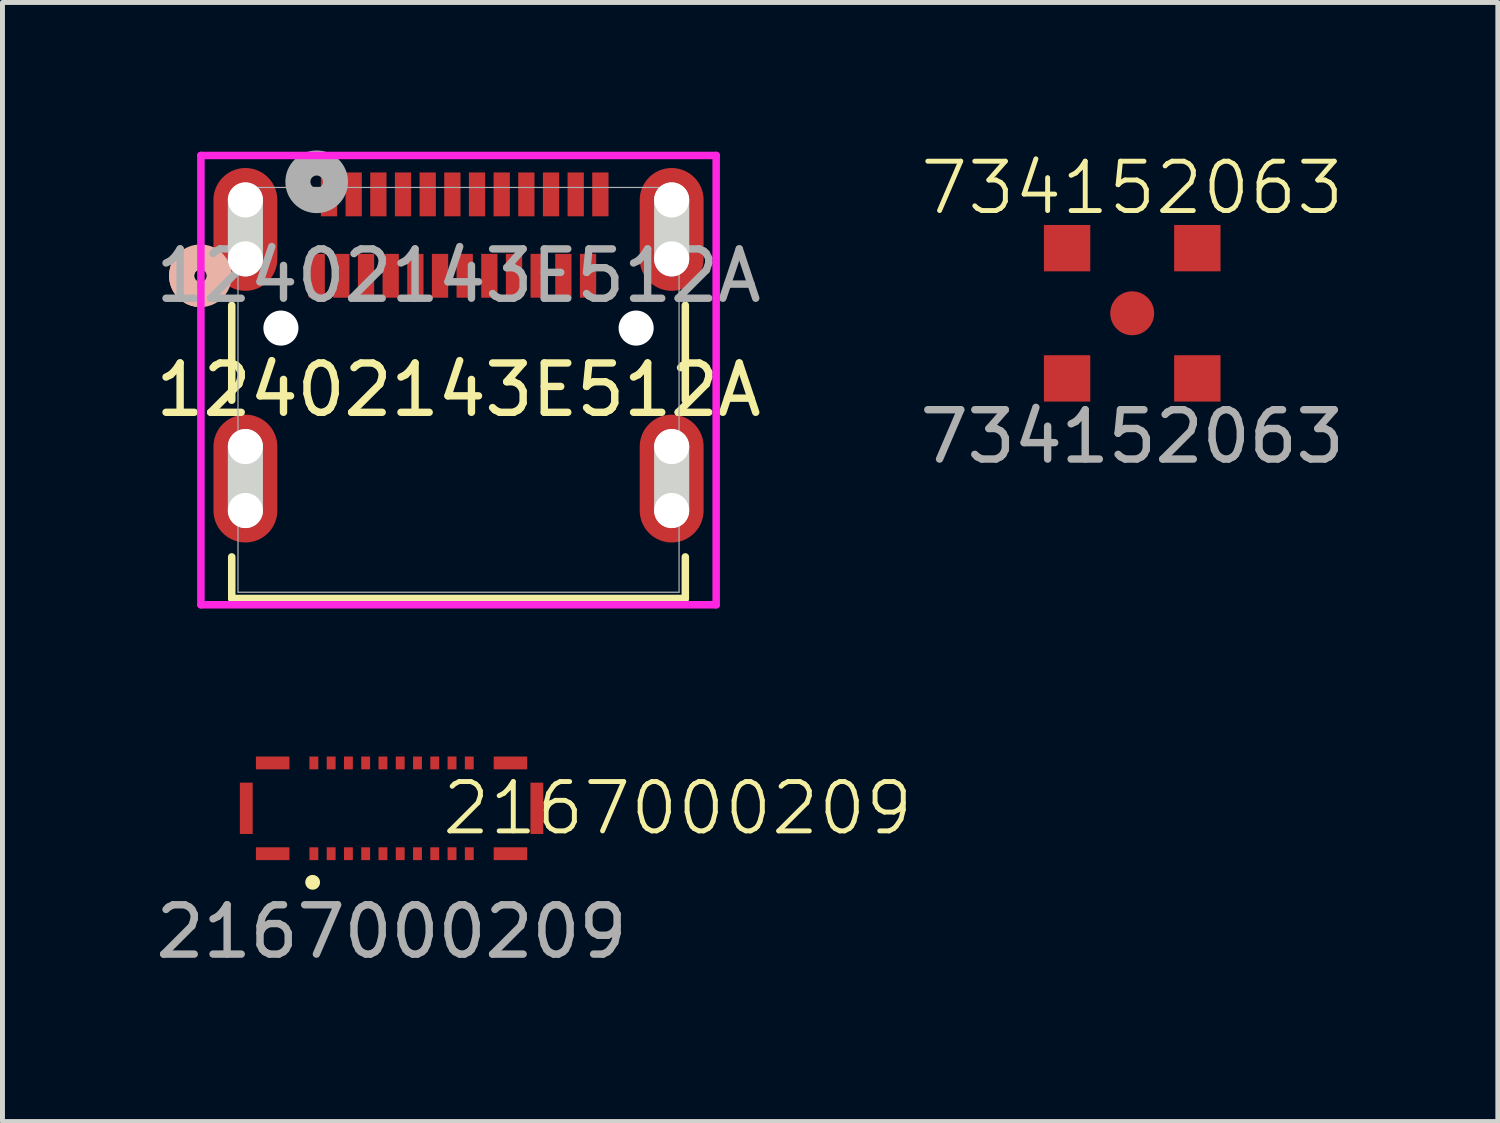
<source format=kicad_pcb>
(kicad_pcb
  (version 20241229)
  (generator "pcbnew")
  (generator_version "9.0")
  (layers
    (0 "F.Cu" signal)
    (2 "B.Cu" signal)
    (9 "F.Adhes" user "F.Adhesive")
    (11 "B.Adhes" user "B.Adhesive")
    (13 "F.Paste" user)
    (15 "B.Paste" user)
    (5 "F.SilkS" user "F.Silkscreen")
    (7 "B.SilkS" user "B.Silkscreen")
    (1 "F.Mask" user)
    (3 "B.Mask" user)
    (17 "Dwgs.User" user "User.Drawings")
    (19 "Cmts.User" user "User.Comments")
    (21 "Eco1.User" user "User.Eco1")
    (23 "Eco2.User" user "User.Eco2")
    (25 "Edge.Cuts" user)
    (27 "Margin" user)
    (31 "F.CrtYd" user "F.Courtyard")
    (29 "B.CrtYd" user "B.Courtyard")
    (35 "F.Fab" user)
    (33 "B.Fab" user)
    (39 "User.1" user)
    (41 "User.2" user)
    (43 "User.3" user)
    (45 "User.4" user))
  (footprint "734152063"
    (layer "F.Cu")
    (at 19.899 3.3)
    (property "Reference" "734152063" (at 0 -2.54 0) (unlocked yes) (layer "F.SilkS") (effects (font (size 1 1) (thickness 0.1))))
    (attr smd)
    (fp_text user "${REFERENCE}" (at 0 2.5 0) (unlocked yes) (layer "F.Fab") (effects (font (size 1 1) (thickness 0.15))))
    (pad "1" smd circle (at 0 0) (size 0.89 0.89) (layers "F.Cu" "F.Mask" "F.Paste"))
    (pad "2" smd rect (at -1.32 -1.32) (size 0.94 0.94) (layers "F.Cu" "F.Mask" "F.Paste"))
    (pad "2" smd rect (at -1.32 1.32) (size 0.94 0.94) (layers "F.Cu" "F.Mask" "F.Paste"))
    (pad "2" smd rect (at 1.32 -1.32) (size 0.94 0.94) (layers "F.Cu" "F.Mask" "F.Paste"))
    (pad "2" smd rect (at 1.32 1.32) (size 0.94 0.94) (layers "F.Cu" "F.Mask" "F.Paste")))
  (footprint "12402143E512A"
    (layer "F.Cu")
    (at 6.244 4.852)
    (property "Reference" "12402143E512A" (at 0 0 0) (unlocked yes) (layer "F.SilkS") (effects (font (size 1 1) (thickness 0.15))))
    (attr smd)
    (fp_line (start -4.597 -1.715) (end -4.597 0.21) (stroke (width 0.152) (type solid)) (layer "F.SilkS"))
    (fp_line (start -4.597 3.386) (end -4.597 4.229) (stroke (width 0.152) (type solid)) (layer "F.SilkS"))
    (fp_line (start -4.597 4.229) (end 4.597 4.229) (stroke (width 0.152) (type solid)) (layer "F.SilkS"))
    (fp_line (start -3.123 -4.229) (end -3.416 -4.229) (stroke (width 0.152) (type solid)) (layer "F.SilkS"))
    (fp_line (start 4.597 0.21) (end 4.597 -1.715) (stroke (width 0.152) (type solid)) (layer "F.SilkS"))
    (fp_line (start 4.597 4.229) (end 4.597 3.386) (stroke (width 0.152) (type solid)) (layer "F.SilkS"))
    (fp_arc (start -5.224065 -1.931191) (mid -5.589019 -2.177996) (end -5.477115 -2.60412) (stroke (width 0.508) (type solid)) (layer "F.SilkS"))
    (fp_circle (center -5.232 -2.312) (end -4.851 -2.312) (stroke (width 0.508) (type solid)) (fill no) (layer "B.SilkS"))
    (fp_line (start -4.32 -2.655) (end -4.32 -3.849) (stroke (width 0.711) (type solid)) (layer "Edge.Cuts"))
    (fp_line (start -4.32 2.446) (end -4.32 1.15) (stroke (width 0.711) (type solid)) (layer "Edge.Cuts"))
    (fp_line (start 4.32 -2.655) (end 4.32 -3.849) (stroke (width 0.711) (type solid)) (layer "Edge.Cuts"))
    (fp_line (start 4.32 2.446) (end 4.32 1.15) (stroke (width 0.711) (type solid)) (layer "Edge.Cuts"))
    (fp_line (start -5.222 -4.751) (end -5.222 4.356) (stroke (width 0.152) (type solid)) (layer "F.CrtYd"))
    (fp_line (start -5.222 4.356) (end 5.222 4.356) (stroke (width 0.152) (type solid)) (layer "F.CrtYd"))
    (fp_line (start 5.222 -4.751) (end -5.222 -4.751) (stroke (width 0.152) (type solid)) (layer "F.CrtYd"))
    (fp_line (start 5.222 4.356) (end 5.222 -4.751) (stroke (width 0.152) (type solid)) (layer "F.CrtYd"))
    (fp_line (start -4.47 -4.102) (end -4.47 4.102) (stroke (width 0.025) (type solid)) (layer "F.Fab"))
    (fp_line (start -4.47 4.102) (end 4.47 4.102) (stroke (width 0.025) (type solid)) (layer "F.Fab"))
    (fp_line (start 4.47 -4.102) (end -4.47 -4.102) (stroke (width 0.025) (type solid)) (layer "F.Fab"))
    (fp_line (start 4.47 4.102) (end 4.47 -4.102) (stroke (width 0.025) (type solid)) (layer "F.Fab"))
    (fp_circle (center -2.875 -4.217) (end -2.494 -4.217) (stroke (width 0.508) (type solid)) (fill no) (layer "F.Fab"))
    (fp_text user "${REFERENCE}" (at 0 -2.312 0) (unlocked yes) (layer "F.Fab") (effects (font (size 1 1) (thickness 0.15))))
    (pad "" np_thru_hole circle (at -4.32 -3.849) (size 0.711 0.711) (drill 0.711) (layers "*.Cu" "*.Mask"))
    (pad "" np_thru_hole circle (at -4.32 -2.655) (size 0.711 0.711) (drill 0.711) (layers "*.Cu" "*.Mask"))
    (pad "" np_thru_hole circle (at -4.32 1.15) (size 0.711 0.711) (drill 0.711) (layers "*.Cu" "*.Mask"))
    (pad "" np_thru_hole circle (at -4.32 2.446) (size 0.711 0.711) (drill 0.711) (layers "*.Cu" "*.Mask"))
    (pad "" np_thru_hole circle (at -3.6 -1.252) (size 0.711 0.711) (drill 0.711) (layers "*.Cu" "*.Mask"))
    (pad "" np_thru_hole circle (at 3.6 -1.252) (size 0.711 0.711) (drill 0.711) (layers "*.Cu" "*.Mask"))
    (pad "" np_thru_hole circle (at 4.32 -3.849) (size 0.711 0.711) (drill 0.711) (layers "*.Cu" "*.Mask"))
    (pad "" np_thru_hole circle (at 4.32 -2.655) (size 0.711 0.711) (drill 0.711) (layers "*.Cu" "*.Mask"))
    (pad "" np_thru_hole circle (at 4.32 1.15) (size 0.711 0.711) (drill 0.711) (layers "*.Cu" "*.Mask"))
    (pad "" np_thru_hole circle (at 4.32 2.446) (size 0.711 0.711) (drill 0.711) (layers "*.Cu" "*.Mask"))
    (pad "27" smd oval (at -4.32 -3.252) (size 1.295 2.489) (layers "F.Cu" "F.Mask" "F.Paste"))
    (pad "28" smd oval (at 4.32 -3.252) (size 1.295 2.489) (layers "F.Cu" "F.Mask" "F.Paste"))
    (pad "29" smd oval (at -4.32 1.798) (size 1.295 2.591) (layers "F.Cu" "F.Mask" "F.Paste"))
    (pad "30" smd oval (at 4.32 1.798) (size 1.295 2.591) (layers "F.Cu" "F.Mask" "F.Paste"))
    (pad "A1" smd rect (at -2.625 -3.962) (size 0.33 0.889) (layers "F.Cu" "F.Mask" "F.Paste"))
    (pad "A2" smd rect (at -2.125 -3.962) (size 0.33 0.889) (layers "F.Cu" "F.Mask" "F.Paste"))
    (pad "A3" smd rect (at -1.625 -3.962) (size 0.33 0.889) (layers "F.Cu" "F.Mask" "F.Paste"))
    (pad "A4" smd rect (at -1.125 -3.962) (size 0.33 0.889) (layers "F.Cu" "F.Mask" "F.Paste"))
    (pad "A5" smd rect (at -0.625 -3.962) (size 0.33 0.889) (layers "F.Cu" "F.Mask" "F.Paste"))
    (pad "A6" smd rect (at -0.125 -3.962) (size 0.33 0.889) (layers "F.Cu" "F.Mask" "F.Paste"))
    (pad "A7" smd rect (at 0.375 -3.962) (size 0.33 0.889) (layers "F.Cu" "F.Mask" "F.Paste"))
    (pad "A8" smd rect (at 0.875 -3.962) (size 0.33 0.889) (layers "F.Cu" "F.Mask" "F.Paste"))
    (pad "A9" smd rect (at 1.375 -3.962) (size 0.33 0.889) (layers "F.Cu" "F.Mask" "F.Paste"))
    (pad "A10" smd rect (at 1.875 -3.962) (size 0.33 0.889) (layers "F.Cu" "F.Mask" "F.Paste"))
    (pad "A11" smd rect (at 2.375 -3.962) (size 0.33 0.889) (layers "F.Cu" "F.Mask" "F.Paste"))
    (pad "A12" smd rect (at 2.875 -3.962) (size 0.33 0.889) (layers "F.Cu" "F.Mask" "F.Paste"))
    (pad "B1" smd rect (at 2.625 -2.312) (size 0.33 0.889) (layers "F.Cu" "F.Mask" "F.Paste"))
    (pad "B2" smd rect (at 2.125 -2.312) (size 0.33 0.889) (layers "F.Cu" "F.Mask" "F.Paste"))
    (pad "B3" smd rect (at 1.625 -2.312) (size 0.33 0.889) (layers "F.Cu" "F.Mask" "F.Paste"))
    (pad "B4" smd rect (at 1.125 -2.312) (size 0.33 0.889) (layers "F.Cu" "F.Mask" "F.Paste"))
    (pad "B5" smd rect (at 0.625 -2.312) (size 0.33 0.889) (layers "F.Cu" "F.Mask" "F.Paste"))
    (pad "B6" smd rect (at 0.125 -2.312) (size 0.33 0.889) (layers "F.Cu" "F.Mask" "F.Paste"))
    (pad "B7" smd rect (at -0.375 -2.312) (size 0.33 0.889) (layers "F.Cu" "F.Mask" "F.Paste"))
    (pad "B8" smd rect (at -0.875 -2.312) (size 0.33 0.889) (layers "F.Cu" "F.Mask" "F.Paste"))
    (pad "B9" smd rect (at -1.375 -2.312) (size 0.33 0.889) (layers "F.Cu" "F.Mask" "F.Paste"))
    (pad "B10" smd rect (at -1.875 -2.312) (size 0.33 0.889) (layers "F.Cu" "F.Mask" "F.Paste"))
    (pad "B11" smd rect (at -2.375 -2.312) (size 0.33 0.889) (layers "F.Cu" "F.Mask" "F.Paste"))
    (pad "B12" smd rect (at -2.875 -2.312) (size 0.33 0.889) (layers "F.Cu" "F.Mask" "F.Paste")))
  (footprint "2167000209"
    (layer "F.Cu")
    (at 4.887 13.334)
    (property "Reference" "2167000209" (at 5.8 0 0) (unlocked yes) (layer "F.SilkS") (effects (font (size 1 1) (thickness 0.1))))
    (attr smd)
    (fp_circle (center -1.6 1.5) (end -1.5 1.5) (stroke (width 0.1) (type solid)) (fill yes) (layer "F.SilkS"))
    (fp_text user "${REFERENCE}" (at 0 2.5 0) (unlocked yes) (layer "F.Fab") (effects (font (size 1 1) (thickness 0.15))))
    (pad "1" smd rect (at -1.575 0.92) (size 0.18 0.26) (layers "F.Cu" "F.Mask" "F.Paste"))
    (pad "2" smd rect (at -1.225 0.92) (size 0.18 0.26) (layers "F.Cu" "F.Mask" "F.Paste"))
    (pad "3" smd rect (at -0.875 0.92) (size 0.18 0.26) (layers "F.Cu" "F.Mask" "F.Paste"))
    (pad "4" smd rect (at -0.525 0.92) (size 0.18 0.26) (layers "F.Cu" "F.Mask" "F.Paste"))
    (pad "5" smd rect (at -0.175 0.92) (size 0.18 0.26) (layers "F.Cu" "F.Mask" "F.Paste"))
    (pad "6" smd rect (at 0.175 0.92) (size 0.18 0.26) (layers "F.Cu" "F.Mask" "F.Paste"))
    (pad "7" smd rect (at 0.525 0.92) (size 0.18 0.26) (layers "F.Cu" "F.Mask" "F.Paste"))
    (pad "8" smd rect (at 0.875 0.92) (size 0.18 0.26) (layers "F.Cu" "F.Mask" "F.Paste"))
    (pad "9" smd rect (at 1.225 0.92) (size 0.18 0.26) (layers "F.Cu" "F.Mask" "F.Paste"))
    (pad "10" smd rect (at 1.575 0.92) (size 0.18 0.26) (layers "F.Cu" "F.Mask" "F.Paste"))
    (pad "11" smd rect (at 1.575 -0.92) (size 0.18 0.26) (layers "F.Cu" "F.Mask" "F.Paste"))
    (pad "12" smd rect (at 1.225 -0.92) (size 0.18 0.26) (layers "F.Cu" "F.Mask" "F.Paste"))
    (pad "13" smd rect (at 0.875 -0.92) (size 0.18 0.26) (layers "F.Cu" "F.Mask" "F.Paste"))
    (pad "14" smd rect (at 0.525 -0.92) (size 0.18 0.26) (layers "F.Cu" "F.Mask" "F.Paste"))
    (pad "15" smd rect (at 0.175 -0.92) (size 0.18 0.26) (layers "F.Cu" "F.Mask" "F.Paste"))
    (pad "16" smd rect (at -0.175 -0.92) (size 0.18 0.26) (layers "F.Cu" "F.Mask" "F.Paste"))
    (pad "17" smd rect (at -0.525 -0.92) (size 0.18 0.26) (layers "F.Cu" "F.Mask" "F.Paste"))
    (pad "18" smd rect (at -0.875 -0.92) (size 0.18 0.26) (layers "F.Cu" "F.Mask" "F.Paste"))
    (pad "19" smd rect (at -1.225 -0.92) (size 0.18 0.26) (layers "F.Cu" "F.Mask" "F.Paste"))
    (pad "20" smd rect (at -1.575 -0.92) (size 0.18 0.26) (layers "F.Cu" "F.Mask" "F.Paste"))
    (pad "21" smd rect (at 2.41 -0.92) (size 0.68 0.26) (layers "F.Cu" "F.Mask" "F.Paste"))
    (pad "21" smd rect (at 2.41 0.92) (size 0.68 0.26) (layers "F.Cu" "F.Mask" "F.Paste"))
    (pad "21" smd rect (at 2.945 0) (size 0.26 1.04) (layers "F.Cu" "F.Mask" "F.Paste"))
    (pad "22" smd rect (at -2.945 0 180) (size 0.26 1.04) (layers "F.Cu" "F.Mask" "F.Paste"))
    (pad "22" smd rect (at -2.41 -0.92 180) (size 0.68 0.26) (layers "F.Cu" "F.Mask" "F.Paste"))
    (pad "22" smd rect (at -2.41 0.92 180) (size 0.68 0.26) (layers "F.Cu" "F.Mask" "F.Paste")))
  (gr_rect
    (start -3 -3)
    (end 27.31 19.683)
    (stroke (width 0.1) (type default))
    (fill no)
    (layer "Edge.Cuts")))
</source>
